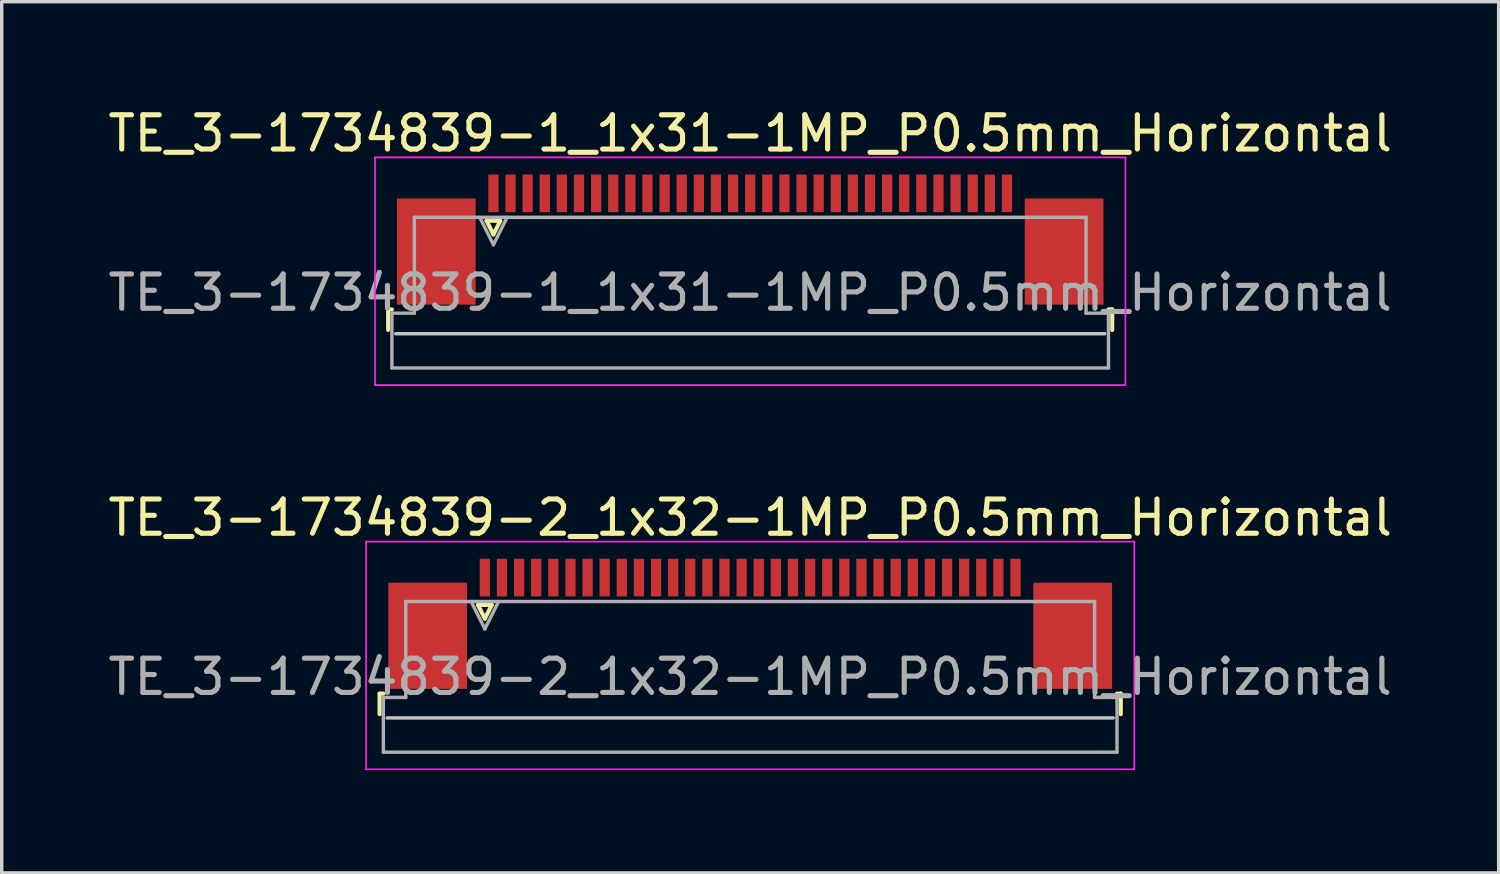
<source format=kicad_pcb>
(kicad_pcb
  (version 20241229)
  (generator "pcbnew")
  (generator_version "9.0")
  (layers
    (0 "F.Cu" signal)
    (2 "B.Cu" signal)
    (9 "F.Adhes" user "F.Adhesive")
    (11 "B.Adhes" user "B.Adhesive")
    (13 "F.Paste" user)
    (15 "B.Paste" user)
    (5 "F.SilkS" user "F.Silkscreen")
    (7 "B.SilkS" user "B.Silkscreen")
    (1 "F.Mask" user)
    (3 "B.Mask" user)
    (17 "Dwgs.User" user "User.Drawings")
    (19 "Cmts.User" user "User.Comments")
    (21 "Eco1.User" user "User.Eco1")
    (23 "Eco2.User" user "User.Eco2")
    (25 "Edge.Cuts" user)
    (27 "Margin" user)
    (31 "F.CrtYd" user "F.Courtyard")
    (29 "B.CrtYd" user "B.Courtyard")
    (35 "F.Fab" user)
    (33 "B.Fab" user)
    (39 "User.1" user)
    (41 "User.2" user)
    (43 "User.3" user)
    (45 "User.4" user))
  (footprint "TE_3-1734839-1_1x31-1MP_P0.5mm_Horizontal"
    (layer "F.Cu")
    (at 18.863 3.948)
    (property "Reference" "TE_3-1734839-1_1x31-1MP_P0.5mm_Horizontal" (at 0 -3.1 0) (layer "F.SilkS") (effects (font (size 1 1) (thickness 0.15))))
    (attr smd)
    (fp_line (start -10.575 2.04) (end -10.575 2.64) (stroke (width 0.12) (type solid)) (layer "F.SilkS"))
    (fp_line (start -10.465 2.04) (end -10.575 2.04) (stroke (width 0.12) (type solid)) (layer "F.SilkS"))
    (fp_line (start -7.7 -0.55) (end -7.5 -0.15) (stroke (width 0.12) (type solid)) (layer "F.SilkS"))
    (fp_line (start -7.5 -0.15) (end -7.3 -0.55) (stroke (width 0.12) (type solid)) (layer "F.SilkS"))
    (fp_line (start -7.3 -0.55) (end -7.7 -0.55) (stroke (width 0.12) (type solid)) (layer "F.SilkS"))
    (fp_line (start 10.465 2.04) (end 10.575 2.04) (stroke (width 0.12) (type solid)) (layer "F.SilkS"))
    (fp_line (start 10.575 2.04) (end 10.575 2.64) (stroke (width 0.12) (type solid)) (layer "F.SilkS"))
    (fp_line (start 10.355 2.75) (end -10.355 2.75) (stroke (width 0.1) (type solid)) (layer "Dwgs.User"))
    (fp_line (start -10.96 -2.4) (end -10.96 4.25) (stroke (width 0.05) (type solid)) (layer "F.CrtYd"))
    (fp_line (start -10.96 4.25) (end 10.96 4.25) (stroke (width 0.05) (type solid)) (layer "F.CrtYd"))
    (fp_line (start 10.96 -2.4) (end -10.96 -2.4) (stroke (width 0.05) (type solid)) (layer "F.CrtYd"))
    (fp_line (start 10.96 4.25) (end 10.96 -2.4) (stroke (width 0.05) (type solid)) (layer "F.CrtYd"))
    (fp_line (start -10.465 2.15) (end -9.81 2.15) (stroke (width 0.1) (type solid)) (layer "F.Fab"))
    (fp_line (start -10.465 3.75) (end -10.465 2.15) (stroke (width 0.1) (type solid)) (layer "F.Fab"))
    (fp_line (start -9.81 -0.65) (end 9.81 -0.65) (stroke (width 0.1) (type solid)) (layer "F.Fab"))
    (fp_line (start -9.81 2.15) (end -9.81 -0.65) (stroke (width 0.1) (type solid)) (layer "F.Fab"))
    (fp_line (start -7.9 -0.65) (end -7.5 0.15) (stroke (width 0.1) (type solid)) (layer "F.Fab"))
    (fp_line (start -7.5 0.15) (end -7.1 -0.65) (stroke (width 0.1) (type solid)) (layer "F.Fab"))
    (fp_line (start 9.81 -0.65) (end 9.81 2.15) (stroke (width 0.1) (type solid)) (layer "F.Fab"))
    (fp_line (start 9.81 2.15) (end 10.465 2.15) (stroke (width 0.1) (type solid)) (layer "F.Fab"))
    (fp_line (start 10.465 2.15) (end 10.465 3.75) (stroke (width 0.1) (type solid)) (layer "F.Fab"))
    (fp_line (start 10.465 3.75) (end -10.465 3.75) (stroke (width 0.1) (type solid)) (layer "F.Fab"))
    (fp_text user "${REFERENCE}" (at 0 1.55 0) (layer "F.Fab") (effects (font (size 1 1) (thickness 0.15))))
    (pad "1" smd rect (at -7.5 -1.35) (size 0.3 1.1) (layers "F.Cu" "F.Mask" "F.Paste"))
    (pad "2" smd rect (at -7 -1.35) (size 0.3 1.1) (layers "F.Cu" "F.Mask" "F.Paste"))
    (pad "3" smd rect (at -6.5 -1.35) (size 0.3 1.1) (layers "F.Cu" "F.Mask" "F.Paste"))
    (pad "4" smd rect (at -6 -1.35) (size 0.3 1.1) (layers "F.Cu" "F.Mask" "F.Paste"))
    (pad "5" smd rect (at -5.5 -1.35) (size 0.3 1.1) (layers "F.Cu" "F.Mask" "F.Paste"))
    (pad "6" smd rect (at -5 -1.35) (size 0.3 1.1) (layers "F.Cu" "F.Mask" "F.Paste"))
    (pad "7" smd rect (at -4.5 -1.35) (size 0.3 1.1) (layers "F.Cu" "F.Mask" "F.Paste"))
    (pad "8" smd rect (at -4 -1.35) (size 0.3 1.1) (layers "F.Cu" "F.Mask" "F.Paste"))
    (pad "9" smd rect (at -3.5 -1.35) (size 0.3 1.1) (layers "F.Cu" "F.Mask" "F.Paste"))
    (pad "10" smd rect (at -3 -1.35) (size 0.3 1.1) (layers "F.Cu" "F.Mask" "F.Paste"))
    (pad "11" smd rect (at -2.5 -1.35) (size 0.3 1.1) (layers "F.Cu" "F.Mask" "F.Paste"))
    (pad "12" smd rect (at -2 -1.35) (size 0.3 1.1) (layers "F.Cu" "F.Mask" "F.Paste"))
    (pad "13" smd rect (at -1.5 -1.35) (size 0.3 1.1) (layers "F.Cu" "F.Mask" "F.Paste"))
    (pad "14" smd rect (at -1 -1.35) (size 0.3 1.1) (layers "F.Cu" "F.Mask" "F.Paste"))
    (pad "15" smd rect (at -0.5 -1.35) (size 0.3 1.1) (layers "F.Cu" "F.Mask" "F.Paste"))
    (pad "16" smd rect (at 0 -1.35) (size 0.3 1.1) (layers "F.Cu" "F.Mask" "F.Paste"))
    (pad "17" smd rect (at 0.5 -1.35) (size 0.3 1.1) (layers "F.Cu" "F.Mask" "F.Paste"))
    (pad "18" smd rect (at 1 -1.35) (size 0.3 1.1) (layers "F.Cu" "F.Mask" "F.Paste"))
    (pad "19" smd rect (at 1.5 -1.35) (size 0.3 1.1) (layers "F.Cu" "F.Mask" "F.Paste"))
    (pad "20" smd rect (at 2 -1.35) (size 0.3 1.1) (layers "F.Cu" "F.Mask" "F.Paste"))
    (pad "21" smd rect (at 2.5 -1.35) (size 0.3 1.1) (layers "F.Cu" "F.Mask" "F.Paste"))
    (pad "22" smd rect (at 3 -1.35) (size 0.3 1.1) (layers "F.Cu" "F.Mask" "F.Paste"))
    (pad "23" smd rect (at 3.5 -1.35) (size 0.3 1.1) (layers "F.Cu" "F.Mask" "F.Paste"))
    (pad "24" smd rect (at 4 -1.35) (size 0.3 1.1) (layers "F.Cu" "F.Mask" "F.Paste"))
    (pad "25" smd rect (at 4.5 -1.35) (size 0.3 1.1) (layers "F.Cu" "F.Mask" "F.Paste"))
    (pad "26" smd rect (at 5 -1.35) (size 0.3 1.1) (layers "F.Cu" "F.Mask" "F.Paste"))
    (pad "27" smd rect (at 5.5 -1.35) (size 0.3 1.1) (layers "F.Cu" "F.Mask" "F.Paste"))
    (pad "28" smd rect (at 6 -1.35) (size 0.3 1.1) (layers "F.Cu" "F.Mask" "F.Paste"))
    (pad "29" smd rect (at 6.5 -1.35) (size 0.3 1.1) (layers "F.Cu" "F.Mask" "F.Paste"))
    (pad "30" smd rect (at 7 -1.35) (size 0.3 1.1) (layers "F.Cu" "F.Mask" "F.Paste"))
    (pad "31" smd rect (at 7.5 -1.35) (size 0.3 1.1) (layers "F.Cu" "F.Mask" "F.Paste"))
    (pad "MP" smd rect (at -9.17 0.35) (size 2.3 3.1) (layers "F.Cu" "F.Mask" "F.Paste"))
    (pad "MP" smd rect (at 9.17 0.35) (size 2.3 3.1) (layers "F.Cu" "F.Mask" "F.Paste")))
  (footprint "TE_3-1734839-2_1x32-1MP_P0.5mm_Horizontal"
    (layer "F.Cu")
    (at 18.863 15.171)
    (property "Reference" "TE_3-1734839-2_1x32-1MP_P0.5mm_Horizontal" (at 0 -3.1 0) (layer "F.SilkS") (effects (font (size 1 1) (thickness 0.15))))
    (attr smd)
    (fp_line (start -10.825 2.04) (end -10.825 2.64) (stroke (width 0.12) (type solid)) (layer "F.SilkS"))
    (fp_line (start -10.715 2.04) (end -10.825 2.04) (stroke (width 0.12) (type solid)) (layer "F.SilkS"))
    (fp_line (start -7.95 -0.55) (end -7.75 -0.15) (stroke (width 0.12) (type solid)) (layer "F.SilkS"))
    (fp_line (start -7.75 -0.15) (end -7.55 -0.55) (stroke (width 0.12) (type solid)) (layer "F.SilkS"))
    (fp_line (start -7.55 -0.55) (end -7.95 -0.55) (stroke (width 0.12) (type solid)) (layer "F.SilkS"))
    (fp_line (start 10.715 2.04) (end 10.825 2.04) (stroke (width 0.12) (type solid)) (layer "F.SilkS"))
    (fp_line (start 10.825 2.04) (end 10.825 2.64) (stroke (width 0.12) (type solid)) (layer "F.SilkS"))
    (fp_line (start 10.605 2.75) (end -10.605 2.75) (stroke (width 0.1) (type solid)) (layer "Dwgs.User"))
    (fp_line (start -11.22 -2.4) (end -11.22 4.25) (stroke (width 0.05) (type solid)) (layer "F.CrtYd"))
    (fp_line (start -11.22 4.25) (end 11.22 4.25) (stroke (width 0.05) (type solid)) (layer "F.CrtYd"))
    (fp_line (start 11.22 -2.4) (end -11.22 -2.4) (stroke (width 0.05) (type solid)) (layer "F.CrtYd"))
    (fp_line (start 11.22 4.25) (end 11.22 -2.4) (stroke (width 0.05) (type solid)) (layer "F.CrtYd"))
    (fp_line (start -10.715 2.15) (end -10.06 2.15) (stroke (width 0.1) (type solid)) (layer "F.Fab"))
    (fp_line (start -10.715 3.75) (end -10.715 2.15) (stroke (width 0.1) (type solid)) (layer "F.Fab"))
    (fp_line (start -10.06 -0.65) (end 10.06 -0.65) (stroke (width 0.1) (type solid)) (layer "F.Fab"))
    (fp_line (start -10.06 2.15) (end -10.06 -0.65) (stroke (width 0.1) (type solid)) (layer "F.Fab"))
    (fp_line (start -8.15 -0.65) (end -7.75 0.15) (stroke (width 0.1) (type solid)) (layer "F.Fab"))
    (fp_line (start -7.75 0.15) (end -7.35 -0.65) (stroke (width 0.1) (type solid)) (layer "F.Fab"))
    (fp_line (start 10.06 -0.65) (end 10.06 2.15) (stroke (width 0.1) (type solid)) (layer "F.Fab"))
    (fp_line (start 10.06 2.15) (end 10.715 2.15) (stroke (width 0.1) (type solid)) (layer "F.Fab"))
    (fp_line (start 10.715 2.15) (end 10.715 3.75) (stroke (width 0.1) (type solid)) (layer "F.Fab"))
    (fp_line (start 10.715 3.75) (end -10.715 3.75) (stroke (width 0.1) (type solid)) (layer "F.Fab"))
    (fp_text user "${REFERENCE}" (at 0 1.55 0) (layer "F.Fab") (effects (font (size 1 1) (thickness 0.15))))
    (pad "1" smd rect (at -7.75 -1.35) (size 0.3 1.1) (layers "F.Cu" "F.Mask" "F.Paste"))
    (pad "2" smd rect (at -7.25 -1.35) (size 0.3 1.1) (layers "F.Cu" "F.Mask" "F.Paste"))
    (pad "3" smd rect (at -6.75 -1.35) (size 0.3 1.1) (layers "F.Cu" "F.Mask" "F.Paste"))
    (pad "4" smd rect (at -6.25 -1.35) (size 0.3 1.1) (layers "F.Cu" "F.Mask" "F.Paste"))
    (pad "5" smd rect (at -5.75 -1.35) (size 0.3 1.1) (layers "F.Cu" "F.Mask" "F.Paste"))
    (pad "6" smd rect (at -5.25 -1.35) (size 0.3 1.1) (layers "F.Cu" "F.Mask" "F.Paste"))
    (pad "7" smd rect (at -4.75 -1.35) (size 0.3 1.1) (layers "F.Cu" "F.Mask" "F.Paste"))
    (pad "8" smd rect (at -4.25 -1.35) (size 0.3 1.1) (layers "F.Cu" "F.Mask" "F.Paste"))
    (pad "9" smd rect (at -3.75 -1.35) (size 0.3 1.1) (layers "F.Cu" "F.Mask" "F.Paste"))
    (pad "10" smd rect (at -3.25 -1.35) (size 0.3 1.1) (layers "F.Cu" "F.Mask" "F.Paste"))
    (pad "11" smd rect (at -2.75 -1.35) (size 0.3 1.1) (layers "F.Cu" "F.Mask" "F.Paste"))
    (pad "12" smd rect (at -2.25 -1.35) (size 0.3 1.1) (layers "F.Cu" "F.Mask" "F.Paste"))
    (pad "13" smd rect (at -1.75 -1.35) (size 0.3 1.1) (layers "F.Cu" "F.Mask" "F.Paste"))
    (pad "14" smd rect (at -1.25 -1.35) (size 0.3 1.1) (layers "F.Cu" "F.Mask" "F.Paste"))
    (pad "15" smd rect (at -0.75 -1.35) (size 0.3 1.1) (layers "F.Cu" "F.Mask" "F.Paste"))
    (pad "16" smd rect (at -0.25 -1.35) (size 0.3 1.1) (layers "F.Cu" "F.Mask" "F.Paste"))
    (pad "17" smd rect (at 0.25 -1.35) (size 0.3 1.1) (layers "F.Cu" "F.Mask" "F.Paste"))
    (pad "18" smd rect (at 0.75 -1.35) (size 0.3 1.1) (layers "F.Cu" "F.Mask" "F.Paste"))
    (pad "19" smd rect (at 1.25 -1.35) (size 0.3 1.1) (layers "F.Cu" "F.Mask" "F.Paste"))
    (pad "20" smd rect (at 1.75 -1.35) (size 0.3 1.1) (layers "F.Cu" "F.Mask" "F.Paste"))
    (pad "21" smd rect (at 2.25 -1.35) (size 0.3 1.1) (layers "F.Cu" "F.Mask" "F.Paste"))
    (pad "22" smd rect (at 2.75 -1.35) (size 0.3 1.1) (layers "F.Cu" "F.Mask" "F.Paste"))
    (pad "23" smd rect (at 3.25 -1.35) (size 0.3 1.1) (layers "F.Cu" "F.Mask" "F.Paste"))
    (pad "24" smd rect (at 3.75 -1.35) (size 0.3 1.1) (layers "F.Cu" "F.Mask" "F.Paste"))
    (pad "25" smd rect (at 4.25 -1.35) (size 0.3 1.1) (layers "F.Cu" "F.Mask" "F.Paste"))
    (pad "26" smd rect (at 4.75 -1.35) (size 0.3 1.1) (layers "F.Cu" "F.Mask" "F.Paste"))
    (pad "27" smd rect (at 5.25 -1.35) (size 0.3 1.1) (layers "F.Cu" "F.Mask" "F.Paste"))
    (pad "28" smd rect (at 5.75 -1.35) (size 0.3 1.1) (layers "F.Cu" "F.Mask" "F.Paste"))
    (pad "29" smd rect (at 6.25 -1.35) (size 0.3 1.1) (layers "F.Cu" "F.Mask" "F.Paste"))
    (pad "30" smd rect (at 6.75 -1.35) (size 0.3 1.1) (layers "F.Cu" "F.Mask" "F.Paste"))
    (pad "31" smd rect (at 7.25 -1.35) (size 0.3 1.1) (layers "F.Cu" "F.Mask" "F.Paste"))
    (pad "32" smd rect (at 7.75 -1.35) (size 0.3 1.1) (layers "F.Cu" "F.Mask" "F.Paste"))
    (pad "MP" smd rect (at -9.42 0.35) (size 2.3 3.1) (layers "F.Cu" "F.Mask" "F.Paste"))
    (pad "MP" smd rect (at 9.42 0.35) (size 2.3 3.1) (layers "F.Cu" "F.Mask" "F.Paste")))
  (gr_rect
    (start -3 -3)
    (end 40.726 22.447)
    (stroke (width 0.1) (type default))
    (fill no)
    (layer "Edge.Cuts")))
</source>
